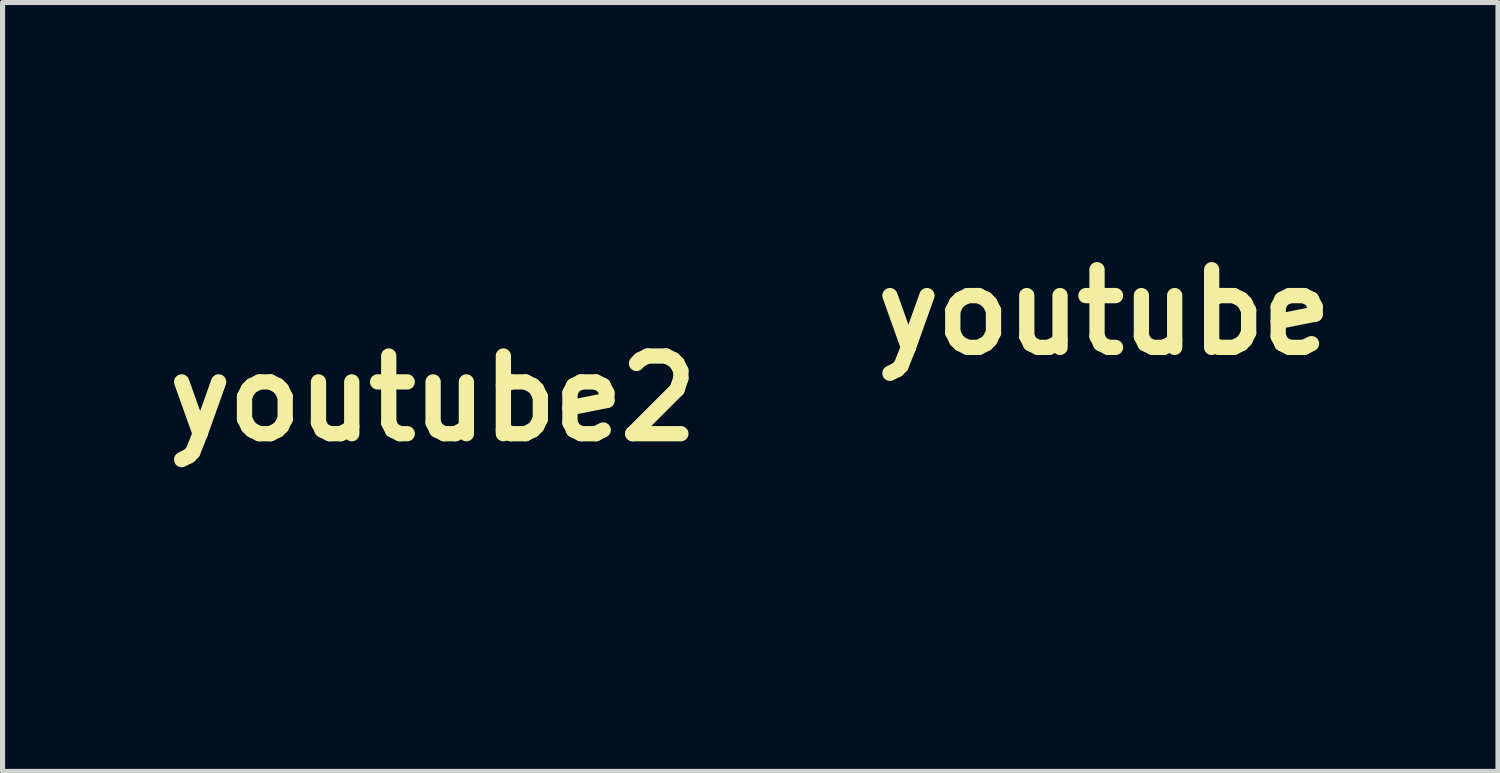
<source format=kicad_pcb>
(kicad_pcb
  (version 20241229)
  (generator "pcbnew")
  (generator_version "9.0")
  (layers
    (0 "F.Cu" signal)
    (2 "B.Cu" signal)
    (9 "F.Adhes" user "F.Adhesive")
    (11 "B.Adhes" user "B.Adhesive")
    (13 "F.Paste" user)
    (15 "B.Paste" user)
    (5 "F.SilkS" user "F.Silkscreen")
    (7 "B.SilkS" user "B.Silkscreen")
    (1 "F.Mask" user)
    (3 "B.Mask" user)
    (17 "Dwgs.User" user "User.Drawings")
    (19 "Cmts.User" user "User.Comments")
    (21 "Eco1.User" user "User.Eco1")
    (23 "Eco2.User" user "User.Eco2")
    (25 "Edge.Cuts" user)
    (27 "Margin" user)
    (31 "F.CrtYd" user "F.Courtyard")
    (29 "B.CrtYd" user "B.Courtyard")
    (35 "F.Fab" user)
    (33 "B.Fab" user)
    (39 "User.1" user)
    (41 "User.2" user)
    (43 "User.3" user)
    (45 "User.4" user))
  (footprint "youtube2"
    (layer "F.Cu")
    (at 5.45 4.772)
    (property "Reference" "youtube2" (at 0 0 0) (layer "F.SilkS") (effects (font (size 1.524 1.524) (thickness 0.3))))
    (attr board_only exclude_from_pos_files exclude_from_bom)
    (fp_poly (pts (xy -0.631 -1.199) (xy -0.601 -1.185) (xy -0.564 -1.164) (xy -0.552 -1.158) (xy -0.509 -1.133) (xy -0.47 -1.11) (xy -0.441 -1.093) (xy -0.438 -1.091) (xy -0.417 -1.079) (xy -0.379 -1.057) (xy -0.326 -1.026) (xy -0.259 -0.987) (xy -0.181 -0.942) (xy -0.094 -0.892) (xy 0.000488 -0.837) (xy 0.099 -0.78) (xy 0.201 -0.721) (xy 0.304 -0.662) (xy 0.405 -0.603) (xy 0.502 -0.547) (xy 0.594 -0.494) (xy 0.678 -0.445) (xy 0.705 -0.43) (xy 0.782 -0.384) (xy 0.853 -0.342) (xy 0.915 -0.304) (xy 0.966 -0.272) (xy 1.003 -0.248) (xy 1.024 -0.232) (xy 1.029 -0.227) (xy 1.019 -0.218) (xy 0.992 -0.199) (xy 0.95 -0.172) (xy 0.895 -0.138) (xy 0.83 -0.099) (xy 0.757 -0.055) (xy 0.71 -0.028) (xy 0.623 0.022) (xy 0.521 0.081) (xy 0.409 0.146) (xy 0.293 0.214) (xy 0.177 0.281) (xy 0.066 0.345) (xy -0.006 0.386) (xy -0.094 0.437) (xy -0.176 0.485) (xy -0.252 0.529) (xy -0.318 0.567) (xy -0.372 0.598) (xy -0.411 0.621) (xy -0.434 0.635) (xy -0.438 0.637) (xy -0.464 0.652) (xy -0.502 0.674) (xy -0.545 0.699) (xy -0.552 0.703) (xy -0.591 0.725) (xy -0.624 0.741) (xy -0.643 0.75) (xy -0.646 0.75) (xy -0.649 0.744) (xy -0.651 0.725) (xy -0.653 0.693) (xy -0.654 0.646) (xy -0.656 0.583) (xy -0.657 0.503) (xy -0.658 0.406) (xy -0.658 0.291) (xy -0.659 0.156) (xy -0.659 0.000141) (xy -0.659 -0.177) (xy -0.659 -0.227) (xy -0.659 -0.41) (xy -0.659 -0.571) (xy -0.658 -0.712) (xy -0.658 -0.833) (xy -0.657 -0.934) (xy -0.656 -1.018) (xy -0.655 -1.085) (xy -0.653 -1.136) (xy -0.651 -1.173) (xy -0.649 -1.195) (xy -0.647 -1.204) (xy -0.646 -1.205)) (stroke (width 0) (type solid)) (fill yes) (layer "F.Mask"))
    (fp_poly (pts (xy 0.156 -4.771) (xy 0.278 -4.768) (xy 0.392 -4.763) (xy 0.493 -4.757) (xy 0.576 -4.748) (xy 0.585 -4.746) (xy 0.835 -4.705) (xy 1.08 -4.651) (xy 1.318 -4.587) (xy 1.54 -4.513) (xy 1.619 -4.483) (xy 1.675 -4.461) (xy 1.728 -4.441) (xy 1.771 -4.425) (xy 1.798 -4.414) (xy 1.799 -4.414) (xy 1.846 -4.394) (xy 1.908 -4.365) (xy 1.981 -4.329) (xy 2.062 -4.287) (xy 2.147 -4.242) (xy 2.232 -4.196) (xy 2.313 -4.15) (xy 2.388 -4.107) (xy 2.451 -4.068) (xy 2.501 -4.036) (xy 2.525 -4.018) (xy 2.548 -4.001) (xy 2.584 -3.975) (xy 2.625 -3.947) (xy 2.638 -3.938) (xy 2.804 -3.815) (xy 2.973 -3.675) (xy 3.141 -3.521) (xy 3.304 -3.358) (xy 3.457 -3.19) (xy 3.596 -3.021) (xy 3.711 -2.865) (xy 3.74 -2.823) (xy 3.767 -2.785) (xy 3.787 -2.757) (xy 3.791 -2.752) (xy 3.813 -2.721) (xy 3.844 -2.673) (xy 3.88 -2.613) (xy 3.921 -2.545) (xy 3.962 -2.472) (xy 4.003 -2.399) (xy 4.04 -2.33) (xy 4.07 -2.273) (xy 4.202 -1.985) (xy 4.314 -1.688) (xy 4.406 -1.38) (xy 4.478 -1.062) (xy 4.519 -0.813) (xy 4.528 -0.731) (xy 4.535 -0.633) (xy 4.54 -0.521) (xy 4.544 -0.399) (xy 4.545 -0.271) (xy 4.544 -0.142) (xy 4.542 -0.015) (xy 4.538 0.105) (xy 4.531 0.216) (xy 4.523 0.312) (xy 4.514 0.389) (xy 4.512 0.398) (xy 4.485 0.553) (xy 4.46 0.689) (xy 4.435 0.807) (xy 4.411 0.911) (xy 4.387 1.002) (xy 4.375 1.04) (xy 4.36 1.088) (xy 4.341 1.147) (xy 4.319 1.212) (xy 4.297 1.279) (xy 4.276 1.342) (xy 4.257 1.395) (xy 4.243 1.434) (xy 4.239 1.443) (xy 4.226 1.476) (xy 4.206 1.521) (xy 4.183 1.574) (xy 4.158 1.631) (xy 4.133 1.687) (xy 4.109 1.739) (xy 4.089 1.782) (xy 4.075 1.812) (xy 4.069 1.824) (xy 4.06 1.838) (xy 4.044 1.868) (xy 4.022 1.908) (xy 4.006 1.938) (xy 3.974 1.996) (xy 3.938 2.061) (xy 3.903 2.12) (xy 3.894 2.135) (xy 3.866 2.18) (xy 3.84 2.222) (xy 3.82 2.255) (xy 3.814 2.265) (xy 3.799 2.287) (xy 3.776 2.322) (xy 3.746 2.365) (xy 3.714 2.41) (xy 3.684 2.453) (xy 3.66 2.487) (xy 3.645 2.506) (xy 3.603 2.559) (xy 3.56 2.614) (xy 3.519 2.665) (xy 3.484 2.709) (xy 3.457 2.741) (xy 3.449 2.75) (xy 3.409 2.795) (xy 3.358 2.85) (xy 3.3 2.91) (xy 3.239 2.973) (xy 3.177 3.035) (xy 3.118 3.092) (xy 3.066 3.142) (xy 3.023 3.181) (xy 3 3.201) (xy 2.975 3.222) (xy 2.958 3.237) (xy 2.955 3.24) (xy 2.944 3.25) (xy 2.917 3.273) (xy 2.876 3.305) (xy 2.824 3.347) (xy 2.762 3.396) (xy 2.733 3.418) (xy 2.663 3.47) (xy 2.578 3.529) (xy 2.484 3.591) (xy 2.385 3.652) (xy 2.288 3.711) (xy 2.198 3.762) (xy 2.176 3.773) (xy 2.13 3.798) (xy 2.09 3.819) (xy 2.062 3.835) (xy 2.051 3.841) (xy 2.036 3.849) (xy 2.004 3.864) (xy 1.96 3.885) (xy 1.908 3.909) (xy 1.851 3.934) (xy 1.794 3.959) (xy 1.742 3.982) (xy 1.698 4.001) (xy 1.671 4.012) (xy 1.461 4.087) (xy 1.237 4.155) (xy 1.005 4.214) (xy 0.772 4.261) (xy 0.544 4.295) (xy 0.438 4.307) (xy 0.385 4.311) (xy 0.314 4.314) (xy 0.231 4.316) (xy 0.137 4.317) (xy 0.038 4.317) (xy -0.064 4.317) (xy -0.163 4.315) (xy -0.258 4.313) (xy -0.342 4.311) (xy -0.414 4.308) (xy -0.469 4.304) (xy -0.489 4.302) (xy -0.553 4.293) (xy -0.624 4.284) (xy -0.688 4.275) (xy -0.699 4.274) (xy -0.755 4.266) (xy -0.813 4.256) (xy -0.861 4.246) (xy -0.869 4.245) (xy -0.909 4.235) (xy -0.963 4.223) (xy -1.024 4.209) (xy -1.068 4.199) (xy -1.219 4.161) (xy -1.377 4.114) (xy -1.534 4.061) (xy -1.619 4.029) (xy -1.676 4.007) (xy -1.728 3.986) (xy -1.772 3.97) (xy -1.8 3.959) (xy -1.8 3.959) (xy -1.862 3.933) (xy -1.939 3.897) (xy -2.027 3.852) (xy -2.123 3.801) (xy -2.223 3.745) (xy -2.323 3.687) (xy -2.421 3.629) (xy -2.511 3.572) (xy -2.59 3.519) (xy -2.603 3.511) (xy -2.796 3.366) (xy -2.987 3.207) (xy -3.172 3.037) (xy -3.346 2.86) (xy -3.506 2.678) (xy -3.65 2.496) (xy -3.711 2.41) (xy -3.74 2.369) (xy -3.767 2.331) (xy -3.787 2.303) (xy -3.791 2.297) (xy -3.818 2.26) (xy -3.852 2.206) (xy -3.892 2.138) (xy -3.937 2.061) (xy -3.983 1.978) (xy -4.029 1.893) (xy -4.073 1.81) (xy -4.114 1.731) (xy -4.148 1.661) (xy -4.174 1.604) (xy -4.186 1.574) (xy -4.197 1.546) (xy -4.213 1.502) (xy -4.234 1.449) (xy -4.256 1.393) (xy -4.256 1.392) (xy -4.282 1.323) (xy -4.31 1.243) (xy -4.337 1.163) (xy -4.353 1.114) (xy -4.367 1.066) (xy -4.381 1.02) (xy -4.393 0.972) (xy -4.407 0.92) (xy -4.422 0.858) (xy -4.439 0.784) (xy -4.46 0.693) (xy -4.473 0.636) (xy -4.483 0.586) (xy -4.493 0.527) (xy -4.501 0.472) (xy -4.508 0.421) (xy -4.516 0.357) (xy -4.524 0.29) (xy -4.529 0.25) (xy -4.534 0.197) (xy -4.538 0.126) (xy -4.542 0.039) (xy -4.544 -0.057) (xy -4.545 -0.16) (xy -4.545 -0.186) (xy -3.246 -0.186) (xy -3.243 0.012) (xy -3.237 0.209) (xy -3.227 0.402) (xy -3.214 0.587) (xy -3.198 0.764) (xy -3.18 0.928) (xy -3.158 1.078) (xy -3.134 1.21) (xy -3.109 1.319) (xy -3.063 1.452) (xy -3 1.57) (xy -2.921 1.672) (xy -2.825 1.758) (xy -2.712 1.83) (xy -2.625 1.87) (xy -2.564 1.891) (xy -2.487 1.91) (xy -2.392 1.928) (xy -2.28 1.945) (xy -2.149 1.96) (xy -2 1.974) (xy -1.831 1.987) (xy -1.643 1.998) (xy -1.434 2.009) (xy -1.204 2.018) (xy -0.953 2.026) (xy -0.682 2.033) (xy -0.507 2.037) (xy -0.35 2.04) (xy -0.206 2.042) (xy -0.07 2.043) (xy 0.063 2.043) (xy 0.198 2.042) (xy 0.34 2.04) (xy 0.493 2.037) (xy 0.614 2.034) (xy 0.89 2.027) (xy 1.144 2.019) (xy 1.376 2.01) (xy 1.588 2) (xy 1.778 1.99) (xy 1.95 1.978) (xy 2.101 1.965) (xy 2.234 1.952) (xy 2.349 1.937) (xy 2.446 1.921) (xy 2.526 1.904) (xy 2.59 1.885) (xy 2.597 1.883) (xy 2.721 1.827) (xy 2.831 1.753) (xy 2.927 1.663) (xy 3.007 1.558) (xy 3.069 1.439) (xy 3.104 1.341) (xy 3.133 1.226) (xy 3.158 1.09) (xy 3.181 0.934) (xy 3.2 0.761) (xy 3.216 0.572) (xy 3.228 0.369) (xy 3.237 0.152) (xy 3.241 -0.075) (xy 3.242 -0.227) (xy 3.24 -0.494) (xy 3.232 -0.744) (xy 3.22 -0.976) (xy 3.203 -1.189) (xy 3.182 -1.382) (xy 3.156 -1.556) (xy 3.125 -1.708) (xy 3.109 -1.774) (xy 3.063 -1.907) (xy 3 -2.025) (xy 2.922 -2.127) (xy 2.827 -2.213) (xy 2.716 -2.282) (xy 2.589 -2.336) (xy 2.447 -2.374) (xy 2.433 -2.376) (xy 2.338 -2.391) (xy 2.221 -2.406) (xy 2.085 -2.42) (xy 1.933 -2.433) (xy 1.765 -2.445) (xy 1.584 -2.455) (xy 1.392 -2.465) (xy 1.19 -2.474) (xy 0.981 -2.481) (xy 0.767 -2.487) (xy 0.548 -2.491) (xy 0.328 -2.495) (xy 0.108 -2.496) (xy -0.11 -2.496) (xy -0.324 -2.494) (xy -0.533 -2.49) (xy -0.554 -2.49) (xy -0.83 -2.483) (xy -1.084 -2.475) (xy -1.317 -2.467) (xy -1.528 -2.458) (xy -1.72 -2.448) (xy -1.893 -2.437) (xy -2.046 -2.425) (xy -2.182 -2.412) (xy -2.3 -2.399) (xy -2.402 -2.384) (xy -2.487 -2.368) (xy -2.557 -2.35) (xy -2.597 -2.337) (xy -2.717 -2.283) (xy -2.827 -2.211) (xy -2.923 -2.122) (xy -3.002 -2.021) (xy -3.053 -1.932) (xy -3.086 -1.848) (xy -3.116 -1.743) (xy -3.144 -1.615) (xy -3.168 -1.467) (xy -3.19 -1.298) (xy -3.208 -1.108) (xy -3.224 -0.899) (xy -3.236 -0.67) (xy -3.24 -0.577) (xy -3.245 -0.383) (xy -3.246 -0.186) (xy -4.545 -0.186) (xy -4.546 -0.265) (xy -4.545 -0.369) (xy -4.544 -0.466) (xy -4.541 -0.553) (xy -4.537 -0.626) (xy -4.534 -0.665) (xy -4.515 -0.826) (xy -4.489 -0.997) (xy -4.455 -1.17) (xy -4.418 -1.336) (xy -4.385 -1.46) (xy -4.368 -1.515) (xy -4.347 -1.581) (xy -4.324 -1.655) (xy -4.299 -1.729) (xy -4.275 -1.798) (xy -4.255 -1.856) (xy -4.239 -1.898) (xy -4.226 -1.931) (xy -4.206 -1.976) (xy -4.183 -2.029) (xy -4.158 -2.085) (xy -4.133 -2.142) (xy -4.109 -2.194) (xy -4.089 -2.236) (xy -4.075 -2.266) (xy -4.069 -2.279) (xy -4.06 -2.293) (xy -4.044 -2.323) (xy -4.022 -2.363) (xy -4.006 -2.392) (xy -3.974 -2.451) (xy -3.938 -2.515) (xy -3.903 -2.575) (xy -3.894 -2.589) (xy -3.866 -2.635) (xy -3.84 -2.677) (xy -3.82 -2.71) (xy -3.814 -2.72) (xy -3.799 -2.742) (xy -3.776 -2.777) (xy -3.746 -2.82) (xy -3.714 -2.865) (xy -3.684 -2.907) (xy -3.66 -2.941) (xy -3.645 -2.96) (xy -3.603 -3.014) (xy -3.56 -3.069) (xy -3.519 -3.12) (xy -3.484 -3.163) (xy -3.457 -3.195) (xy -3.449 -3.205) (xy -3.409 -3.25) (xy -3.358 -3.304) (xy -3.3 -3.365) (xy -3.239 -3.427) (xy -3.177 -3.489) (xy -3.118 -3.547) (xy -3.066 -3.597) (xy -3.023 -3.636) (xy -3 -3.655) (xy -2.975 -3.676) (xy -2.958 -3.692) (xy -2.955 -3.695) (xy -2.944 -3.705) (xy -2.917 -3.727) (xy -2.876 -3.76) (xy -2.824 -3.802) (xy -2.762 -3.85) (xy -2.733 -3.873) (xy -2.663 -3.925) (xy -2.578 -3.983) (xy -2.484 -4.045) (xy -2.385 -4.107) (xy -2.288 -4.165) (xy -2.198 -4.216) (xy -2.176 -4.227) (xy -2.13 -4.252) (xy -2.09 -4.274) (xy -2.062 -4.289) (xy -2.051 -4.296) (xy -2.036 -4.304) (xy -2.004 -4.319) (xy -1.96 -4.339) (xy -1.908 -4.363) (xy -1.851 -4.389) (xy -1.794 -4.414) (xy -1.742 -4.436) (xy -1.698 -4.455) (xy -1.671 -4.467) (xy -1.638 -4.478) (xy -1.59 -4.496) (xy -1.53 -4.516) (xy -1.464 -4.538) (xy -1.398 -4.561) (xy -1.336 -4.581) (xy -1.283 -4.598) (xy -1.267 -4.603) (xy -1.181 -4.627) (xy -1.084 -4.651) (xy -0.973 -4.676) (xy -0.845 -4.701) (xy -0.699 -4.727) (xy -0.625 -4.74) (xy -0.55 -4.75) (xy -0.456 -4.758) (xy -0.347 -4.764) (xy -0.228 -4.769) (xy -0.101 -4.771) (xy 0.028 -4.772)) (stroke (width 0) (type solid)) (fill yes) (layer "F.Mask")))
  (footprint "youtube"
    (layer "F.Cu")
    (at 18.625 3.078)
    (property "Reference" "youtube" (at 0 0 0) (layer "F.SilkS") (effects (font (size 1.524 1.524) (thickness 0.3))))
    (attr board_only exclude_from_pos_files exclude_from_bom)
    (fp_poly (pts (xy 0.223 -3.077) (xy 0.585 -3.075) (xy 0.942 -3.07) (xy 1.289 -3.062) (xy 1.624 -3.052) (xy 1.944 -3.04) (xy 2.244 -3.025) (xy 2.521 -3.008) (xy 2.773 -2.989) (xy 2.994 -2.967) (xy 3.183 -2.942) (xy 3.305 -2.922) (xy 3.491 -2.876) (xy 3.65 -2.812) (xy 3.789 -2.727) (xy 3.918 -2.615) (xy 3.965 -2.566) (xy 4.033 -2.485) (xy 4.092 -2.398) (xy 4.143 -2.3) (xy 4.187 -2.188) (xy 4.226 -2.059) (xy 4.26 -1.908) (xy 4.29 -1.732) (xy 4.318 -1.527) (xy 4.344 -1.289) (xy 4.361 -1.114) (xy 4.367 -1.017) (xy 4.373 -0.887) (xy 4.377 -0.729) (xy 4.381 -0.55) (xy 4.383 -0.355) (xy 4.384 -0.15) (xy 4.384 0.059) (xy 4.384 0.266) (xy 4.382 0.466) (xy 4.379 0.653) (xy 4.375 0.821) (xy 4.37 0.964) (xy 4.364 1.076) (xy 4.361 1.114) (xy 4.334 1.38) (xy 4.307 1.611) (xy 4.277 1.809) (xy 4.245 1.978) (xy 4.209 2.121) (xy 4.169 2.242) (xy 4.133 2.328) (xy 4.048 2.468) (xy 3.933 2.6) (xy 3.797 2.717) (xy 3.649 2.811) (xy 3.511 2.869) (xy 3.405 2.899) (xy 3.278 2.926) (xy 3.131 2.95) (xy 2.959 2.972) (xy 2.762 2.992) (xy 2.538 3.009) (xy 2.284 3.025) (xy 1.998 3.038) (xy 1.678 3.05) (xy 1.324 3.061) (xy 1.026 3.068) (xy 0.79 3.073) (xy 0.582 3.077) (xy 0.397 3.08) (xy 0.227 3.082) (xy 0.067 3.083) (xy -0.092 3.083) (xy -0.254 3.082) (xy -0.427 3.08) (xy -0.617 3.077) (xy -0.831 3.073) (xy -1.075 3.068) (xy -1.172 3.066) (xy -1.576 3.056) (xy -1.942 3.042) (xy -2.271 3.026) (xy -2.563 3.008) (xy -2.821 2.986) (xy -3.044 2.961) (xy -3.234 2.933) (xy -3.391 2.902) (xy -3.511 2.869) (xy -3.662 2.803) (xy -3.81 2.707) (xy -3.945 2.589) (xy -4.057 2.455) (xy -4.133 2.328) (xy -4.188 2.193) (xy -4.235 2.03) (xy -4.276 1.837) (xy -4.31 1.615) (xy -4.337 1.36) (xy -4.359 1.072) (xy -4.373 0.75) (xy -4.382 0.392) (xy -4.385 0) (xy -0.879 0) (xy -0.879 0.259) (xy -0.879 0.481) (xy -0.879 0.67) (xy -0.878 0.828) (xy -0.877 0.957) (xy -0.876 1.061) (xy -0.874 1.142) (xy -0.871 1.203) (xy -0.868 1.247) (xy -0.864 1.276) (xy -0.86 1.293) (xy -0.854 1.3) (xy -0.848 1.301) (xy -0.845 1.3) (xy -0.823 1.289) (xy -0.769 1.259) (xy -0.688 1.213) (xy -0.581 1.153) (xy -0.453 1.079) (xy -0.305 0.995) (xy -0.141 0.9) (xy 0.037 0.798) (xy 0.225 0.69) (xy 0.298 0.649) (xy 0.488 0.539) (xy 0.668 0.435) (xy 0.835 0.338) (xy 0.986 0.25) (xy 1.118 0.172) (xy 1.229 0.107) (xy 1.315 0.056) (xy 1.374 0.021) (xy 1.403 0.002) (xy 1.406 0) (xy 1.39 -0.011) (xy 1.343 -0.04) (xy 1.269 -0.084) (xy 1.171 -0.141) (xy 1.053 -0.21) (xy 0.918 -0.289) (xy 0.769 -0.375) (xy 0.611 -0.467) (xy 0.445 -0.563) (xy 0.277 -0.66) (xy 0.108 -0.758) (xy -0.057 -0.853) (xy -0.215 -0.944) (xy -0.363 -1.029) (xy -0.498 -1.106) (xy -0.615 -1.172) (xy -0.712 -1.227) (xy -0.785 -1.268) (xy -0.831 -1.293) (xy -0.845 -1.3) (xy -0.852 -1.301) (xy -0.858 -1.297) (xy -0.862 -1.284) (xy -0.867 -1.26) (xy -0.87 -1.223) (xy -0.873 -1.17) (xy -0.875 -1.098) (xy -0.876 -1.004) (xy -0.878 -0.885) (xy -0.878 -0.739) (xy -0.879 -0.564) (xy -0.879 -0.356) (xy -0.879 -0.113) (xy -0.879 0) (xy -4.385 0) (xy -4.383 -0.348) (xy -4.377 -0.661) (xy -4.367 -0.941) (xy -4.352 -1.193) (xy -4.333 -1.42) (xy -4.308 -1.625) (xy -4.279 -1.812) (xy -4.243 -1.983) (xy -4.232 -2.032) (xy -4.185 -2.193) (xy -4.132 -2.326) (xy -4.065 -2.441) (xy -3.98 -2.549) (xy -3.965 -2.566) (xy -3.837 -2.69) (xy -3.702 -2.784) (xy -3.552 -2.855) (xy -3.376 -2.907) (xy -3.305 -2.922) (xy -3.144 -2.948) (xy -2.947 -2.972) (xy -2.718 -2.993) (xy -2.46 -3.012) (xy -2.178 -3.029) (xy -1.873 -3.043) (xy -1.55 -3.055) (xy -1.211 -3.064) (xy -0.862 -3.071) (xy -0.504 -3.076) (xy -0.141 -3.078)) (stroke (width 0) (type solid)) (fill yes) (layer "F.Mask")))
  (gr_rect
    (start -3 -3)
    (end 26.349 12.089)
    (stroke (width 0.1) (type default))
    (fill no)
    (layer "Edge.Cuts")))
</source>
